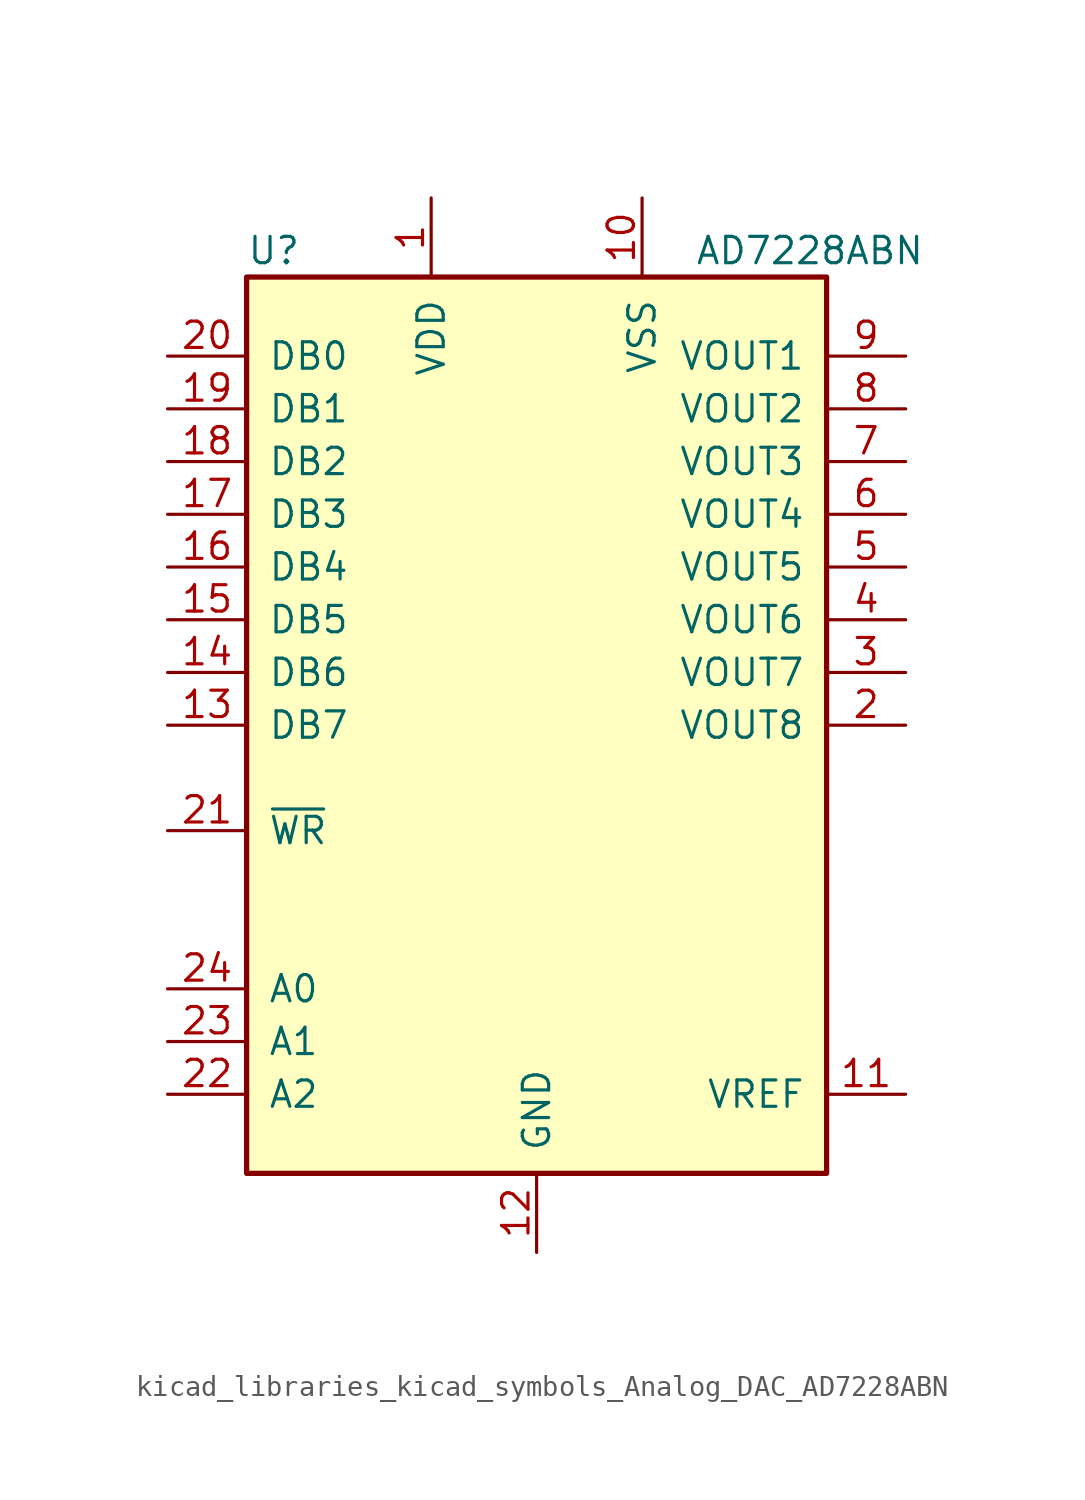
<source format=kicad_sym>
(kicad_symbol_lib
  (version 20220914)
  (generator kicad_symbol_editor)
  (symbol "kicad_libraries_kicad_symbols_Analog_DAC_AD7228ABN"
    (pin_names
      (offset 1.016))
    (property "Reference" "U"
      (at -13.97 22.86 0)
      (effects (font (size 1.27 1.27)) (justify left)))
    (property "Value" "AD7228ABN"
      (at 7.62 22.86 0)
      (effects (font (size 1.27 1.27)) (justify left)))
    (symbol "kicad_libraries_kicad_symbols_Analog_DAC_AD7228ABN_0_1"
      (rectangle (start -13.97 -21.59) (end 13.97 21.59) (stroke (width 0.254) (type default)) (fill (type background))))
    (symbol "kicad_libraries_kicad_symbols_Analog_DAC_AD7228ABN_1_1"
      (pin power_in line (at -5.08 25.4 270) (length 3.81) (name "VDD" (effects (font (size 1.27 1.27)))) (number "1" (effects (font (size 1.27 1.27)))))
      (pin power_in line (at 5.08 25.4 270) (length 3.81) (name "VSS" (effects (font (size 1.27 1.27)))) (number "10" (effects (font (size 1.27 1.27)))))
      (pin passive line (at 17.78 -17.78 180) (length 3.81) (name "VREF" (effects (font (size 1.27 1.27)))) (number "11" (effects (font (size 1.27 1.27)))))
      (pin power_in line (at 0 -25.4 90) (length 3.81) (name "GND" (effects (font (size 1.27 1.27)))) (number "12" (effects (font (size 1.27 1.27)))))
      (pin input line (at -17.78 0 0) (length 3.81) (name "DB7" (effects (font (size 1.27 1.27)))) (number "13" (effects (font (size 1.27 1.27)))))
      (pin input line (at -17.78 2.54 0) (length 3.81) (name "DB6" (effects (font (size 1.27 1.27)))) (number "14" (effects (font (size 1.27 1.27)))))
      (pin input line (at -17.78 5.08 0) (length 3.81) (name "DB5" (effects (font (size 1.27 1.27)))) (number "15" (effects (font (size 1.27 1.27)))))
      (pin input line (at -17.78 7.62 0) (length 3.81) (name "DB4" (effects (font (size 1.27 1.27)))) (number "16" (effects (font (size 1.27 1.27)))))
      (pin input line (at -17.78 10.16 0) (length 3.81) (name "DB3" (effects (font (size 1.27 1.27)))) (number "17" (effects (font (size 1.27 1.27)))))
      (pin input line (at -17.78 12.7 0) (length 3.81) (name "DB2" (effects (font (size 1.27 1.27)))) (number "18" (effects (font (size 1.27 1.27)))))
      (pin input line (at -17.78 15.24 0) (length 3.81) (name "DB1" (effects (font (size 1.27 1.27)))) (number "19" (effects (font (size 1.27 1.27)))))
      (pin output line (at 17.78 0 180) (length 3.81) (name "VOUT8" (effects (font (size 1.27 1.27)))) (number "2" (effects (font (size 1.27 1.27)))))
      (pin input line (at -17.78 17.78 0) (length 3.81) (name "DB0" (effects (font (size 1.27 1.27)))) (number "20" (effects (font (size 1.27 1.27)))))
      (pin input line (at -17.78 -5.08 0) (length 3.81) (name "~{WR}" (effects (font (size 1.27 1.27)))) (number "21" (effects (font (size 1.27 1.27)))))
      (pin input line (at -17.78 -17.78 0) (length 3.81) (name "A2" (effects (font (size 1.27 1.27)))) (number "22" (effects (font (size 1.27 1.27)))))
      (pin input line (at -17.78 -15.24 0) (length 3.81) (name "A1" (effects (font (size 1.27 1.27)))) (number "23" (effects (font (size 1.27 1.27)))))
      (pin input line (at -17.78 -12.7 0) (length 3.81) (name "A0" (effects (font (size 1.27 1.27)))) (number "24" (effects (font (size 1.27 1.27)))))
      (pin output line (at 17.78 2.54 180) (length 3.81) (name "VOUT7" (effects (font (size 1.27 1.27)))) (number "3" (effects (font (size 1.27 1.27)))))
      (pin output line (at 17.78 5.08 180) (length 3.81) (name "VOUT6" (effects (font (size 1.27 1.27)))) (number "4" (effects (font (size 1.27 1.27)))))
      (pin output line (at 17.78 7.62 180) (length 3.81) (name "VOUT5" (effects (font (size 1.27 1.27)))) (number "5" (effects (font (size 1.27 1.27)))))
      (pin output line (at 17.78 10.16 180) (length 3.81) (name "VOUT4" (effects (font (size 1.27 1.27)))) (number "6" (effects (font (size 1.27 1.27)))))
      (pin output line (at 17.78 12.7 180) (length 3.81) (name "VOUT3" (effects (font (size 1.27 1.27)))) (number "7" (effects (font (size 1.27 1.27)))))
      (pin output line (at 17.78 15.24 180) (length 3.81) (name "VOUT2" (effects (font (size 1.27 1.27)))) (number "8" (effects (font (size 1.27 1.27)))))
      (pin output line (at 17.78 17.78 180) (length 3.81) (name "VOUT1" (effects (font (size 1.27 1.27)))) (number "9" (effects (font (size 1.27 1.27))))))))
</source>
